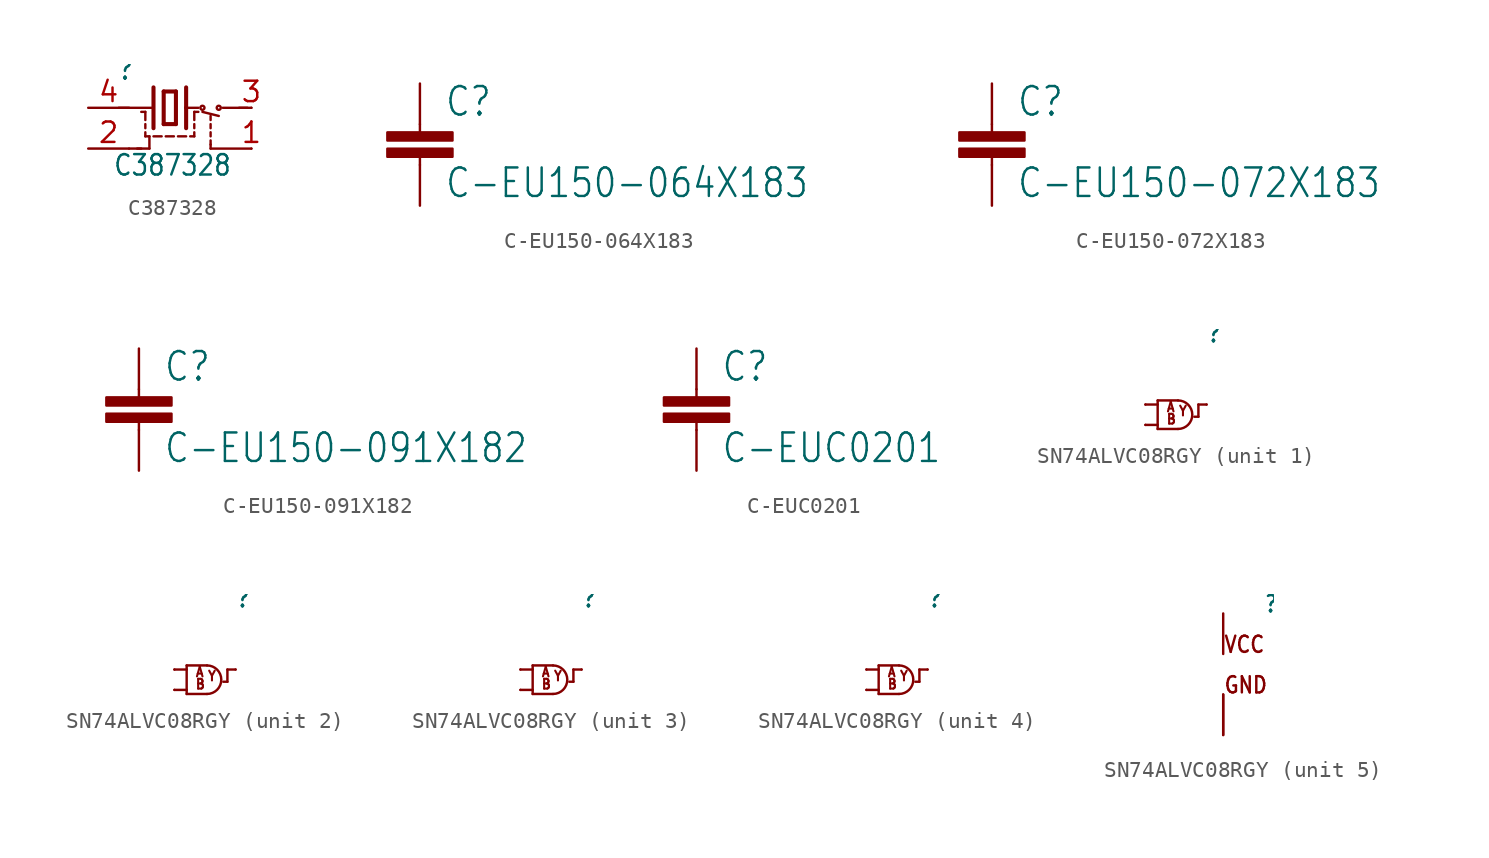
<source format=kicad_sym>
(kicad_symbol_lib
  (version 20211014)
  (generator kicad_symbol_editor)
  (symbol "C387328"
    (property "Reference" ""
      (at -3.302 1.651 0)
      (effects (font (size 1.27 1.079)) (justify left bottom)))
    (property "Value" "C387328"
      (at -3.556 -4.318 0)
      (effects (font (size 1.27 1.079)) (justify left bottom)))
    (property "ki_locked" ""
      (at 0 0 0)
      (effects (font (size 1.27 1.27))))
    (symbol "C387328_1_0"
      (polyline (pts (xy -1.778 -2.54) (xy -2.54 -2.54)) (stroke (width 0.152) (type default) (color 0 0 0 0)) (fill (type none)))
      (polyline (pts (xy -1.524 -1.778) (xy -1.27 -1.778)) (stroke (width 0.15) (type default) (color 0 0 0 0)) (fill (type none)))
      (polyline (pts (xy -1.524 -1.524) (xy -1.524 -1.778)) (stroke (width 0.15) (type default) (color 0 0 0 0)) (fill (type none)))
      (polyline (pts (xy -1.524 -1.016) (xy -1.524 -1.27)) (stroke (width 0.15) (type default) (color 0 0 0 0)) (fill (type none)))
      (polyline (pts (xy -1.524 -0.762) (xy -1.524 -0.254)) (stroke (width 0.15) (type default) (color 0 0 0 0)) (fill (type none)))
      (polyline (pts (xy -1.524 -0.254) (xy -1.778 -0.254)) (stroke (width 0.15) (type default) (color 0 0 0 0)) (fill (type none)))
      (polyline (pts (xy -1.27 -2.54) (xy -2.032 -2.54)) (stroke (width 0.152) (type default) (color 0 0 0 0)) (fill (type none)))
      (polyline (pts (xy -1.27 -2.54) (xy -1.27 -1.778)) (stroke (width 0.152) (type default) (color 0 0 0 0)) (fill (type none)))
      (polyline (pts (xy -1.016 -1.778) (xy -0.508 -1.778)) (stroke (width 0.15) (type default) (color 0 0 0 0)) (fill (type none)))
      (polyline (pts (xy -1.016 -1.27) (xy -1.016 1.27)) (stroke (width 0.254) (type default) (color 0 0 0 0)) (fill (type none)))
      (polyline (pts (xy -1.016 0) (xy -3.175 0)) (stroke (width 0.152) (type default) (color 0 0 0 0)) (fill (type none)))
      (polyline (pts (xy -0.381 -1.016) (xy -0.381 1.016)) (stroke (width 0.254) (type default) (color 0 0 0 0)) (fill (type none)))
      (polyline (pts (xy -0.381 1.016) (xy 0.381 1.016)) (stroke (width 0.254) (type default) (color 0 0 0 0)) (fill (type none)))
      (polyline (pts (xy -0.254 -1.778) (xy 0.254 -1.778)) (stroke (width 0.15) (type default) (color 0 0 0 0)) (fill (type none)))
      (polyline (pts (xy 0.381 -1.016) (xy -0.381 -1.016)) (stroke (width 0.254) (type default) (color 0 0 0 0)) (fill (type none)))
      (polyline (pts (xy 0.381 -1.016) (xy 0.381 1.016)) (stroke (width 0.254) (type default) (color 0 0 0 0)) (fill (type none)))
      (polyline (pts (xy 0.508 -1.778) (xy 1.016 -1.778)) (stroke (width 0.15) (type default) (color 0 0 0 0)) (fill (type none)))
      (polyline (pts (xy 1.016 -1.27) (xy 1.016 0)) (stroke (width 0.254) (type default) (color 0 0 0 0)) (fill (type none)))
      (polyline (pts (xy 1.016 0) (xy 1.016 1.27)) (stroke (width 0.254) (type default) (color 0 0 0 0)) (fill (type none)))
      (polyline (pts (xy 1.016 0) (xy 1.778 0)) (stroke (width 0.152) (type default) (color 0 0 0 0)) (fill (type none)))
      (polyline (pts (xy 1.27 -1.778) (xy 1.524 -1.778)) (stroke (width 0.15) (type default) (color 0 0 0 0)) (fill (type none)))
      (polyline (pts (xy 1.524 -1.778) (xy 1.524 -1.524)) (stroke (width 0.15) (type default) (color 0 0 0 0)) (fill (type none)))
      (polyline (pts (xy 1.524 -1.016) (xy 1.524 -1.27)) (stroke (width 0.15) (type default) (color 0 0 0 0)) (fill (type none)))
      (polyline (pts (xy 1.524 -0.762) (xy 1.524 -0.254)) (stroke (width 0.15) (type default) (color 0 0 0 0)) (fill (type none)))
      (polyline (pts (xy 1.524 -0.254) (xy 1.778 -0.254)) (stroke (width 0.15) (type default) (color 0 0 0 0)) (fill (type none)))
      (polyline (pts (xy 2.032 -0.254) (xy 3.048 -0.508)) (stroke (width 0.152) (type default) (color 0 0 0 0)) (fill (type none)))
      (polyline (pts (xy 2.54 -2.54) (xy 5.08 -2.54)) (stroke (width 0.15) (type default) (color 0 0 0 0)) (fill (type none)))
      (polyline (pts (xy 2.54 -2.286) (xy 2.54 -2.54)) (stroke (width 0.15) (type default) (color 0 0 0 0)) (fill (type none)))
      (polyline (pts (xy 2.54 -2.032) (xy 2.54 -2.286)) (stroke (width 0.15) (type default) (color 0 0 0 0)) (fill (type none)))
      (polyline (pts (xy 2.54 -1.524) (xy 2.54 -1.778)) (stroke (width 0.15) (type default) (color 0 0 0 0)) (fill (type none)))
      (polyline (pts (xy 2.54 -1.016) (xy 2.54 -1.27)) (stroke (width 0.15) (type default) (color 0 0 0 0)) (fill (type none)))
      (polyline (pts (xy 2.54 -0.508) (xy 2.54 -0.762)) (stroke (width 0.15) (type default) (color 0 0 0 0)) (fill (type none)))
      (polyline (pts (xy 3.302 0) (xy 4.826 0)) (stroke (width 0.152) (type default) (color 0 0 0 0)) (fill (type none)))
      (polyline (pts (xy 4.318 0) (xy 5.08 0)) (stroke (width 0.152) (type default) (color 0 0 0 0)) (fill (type none)))
      (circle (center 2.032 0) (radius 0.127) (stroke (width 0.152) (type default) (color 0 0 0 0)) (fill (type none)))
      (circle (center 3.048 0) (radius 0.127) (stroke (width 0.152) (type default) (color 0 0 0 0)) (fill (type none)))
      (pin input line (at 5.08 -2.54 180) (length 0) (name "TRI" (effects (font (size 0 0)))) (number "1" (effects (font (size 1.27 1.27)))))
      (pin power_in line (at -5.08 -2.54 0) (length 2.54) (name "GND" (effects (font (size 0 0)))) (number "2" (effects (font (size 1.27 1.27)))))
      (pin output line (at 5.08 0 180) (length 0) (name "OUT" (effects (font (size 0 0)))) (number "3" (effects (font (size 1.27 1.27)))))
      (pin power_in line (at -5.08 0 0) (length 2.54) (name "VDD" (effects (font (size 0 0)))) (number "4" (effects (font (size 1.27 1.27)))))))
  (symbol "C-EU150-064X183"
    (property "Reference" "C"
      (at 1.524 0.381 0)
      (effects (font (size 1.778 1.511)) (justify left bottom)))
    (property "Value" "C-EU150-064X183"
      (at 1.524 -4.699 0)
      (effects (font (size 1.778 1.511)) (justify left bottom)))
    (property "ki_locked" ""
      (at 0 0 0)
      (effects (font (size 1.27 1.27))))
    (symbol "C-EU150-064X183_1_0"
      (rectangle (start -2.032 -2.032) (end 2.032 -1.524) (stroke (width 0) (type default) (color 0 0 0 0)) (fill (type outline)))
      (rectangle (start -2.032 -1.016) (end 2.032 -0.508) (stroke (width 0) (type default) (color 0 0 0 0)) (fill (type outline)))
      (polyline (pts (xy 0 -2.54) (xy 0 -2.032)) (stroke (width 0.152) (type default) (color 0 0 0 0)) (fill (type none)))
      (polyline (pts (xy 0 0) (xy 0 -0.508)) (stroke (width 0.152) (type default) (color 0 0 0 0)) (fill (type none)))
      (pin passive line (at 0 2.54 270) (length 2.54) (name "1" (effects (font (size 0 0)))) (number "1" (effects (font (size 0 0)))))
      (pin passive line (at 0 -5.08 90) (length 2.54) (name "2" (effects (font (size 0 0)))) (number "2" (effects (font (size 0 0)))))))
  (symbol "C-EU150-072X183"
    (property "Reference" "C"
      (at 1.524 0.381 0)
      (effects (font (size 1.778 1.511)) (justify left bottom)))
    (property "Value" "C-EU150-072X183"
      (at 1.524 -4.699 0)
      (effects (font (size 1.778 1.511)) (justify left bottom)))
    (property "ki_locked" ""
      (at 0 0 0)
      (effects (font (size 1.27 1.27))))
    (symbol "C-EU150-072X183_1_0"
      (rectangle (start -2.032 -2.032) (end 2.032 -1.524) (stroke (width 0) (type default) (color 0 0 0 0)) (fill (type outline)))
      (rectangle (start -2.032 -1.016) (end 2.032 -0.508) (stroke (width 0) (type default) (color 0 0 0 0)) (fill (type outline)))
      (polyline (pts (xy 0 -2.54) (xy 0 -2.032)) (stroke (width 0.152) (type default) (color 0 0 0 0)) (fill (type none)))
      (polyline (pts (xy 0 0) (xy 0 -0.508)) (stroke (width 0.152) (type default) (color 0 0 0 0)) (fill (type none)))
      (pin passive line (at 0 2.54 270) (length 2.54) (name "1" (effects (font (size 0 0)))) (number "1" (effects (font (size 0 0)))))
      (pin passive line (at 0 -5.08 90) (length 2.54) (name "2" (effects (font (size 0 0)))) (number "2" (effects (font (size 0 0)))))))
  (symbol "C-EU150-091X182"
    (property "Reference" "C"
      (at 1.524 0.381 0)
      (effects (font (size 1.778 1.511)) (justify left bottom)))
    (property "Value" "C-EU150-091X182"
      (at 1.524 -4.699 0)
      (effects (font (size 1.778 1.511)) (justify left bottom)))
    (property "ki_locked" ""
      (at 0 0 0)
      (effects (font (size 1.27 1.27))))
    (symbol "C-EU150-091X182_1_0"
      (rectangle (start -2.032 -2.032) (end 2.032 -1.524) (stroke (width 0) (type default) (color 0 0 0 0)) (fill (type outline)))
      (rectangle (start -2.032 -1.016) (end 2.032 -0.508) (stroke (width 0) (type default) (color 0 0 0 0)) (fill (type outline)))
      (polyline (pts (xy 0 -2.54) (xy 0 -2.032)) (stroke (width 0.152) (type default) (color 0 0 0 0)) (fill (type none)))
      (polyline (pts (xy 0 0) (xy 0 -0.508)) (stroke (width 0.152) (type default) (color 0 0 0 0)) (fill (type none)))
      (pin passive line (at 0 2.54 270) (length 2.54) (name "1" (effects (font (size 0 0)))) (number "1" (effects (font (size 0 0)))))
      (pin passive line (at 0 -5.08 90) (length 2.54) (name "2" (effects (font (size 0 0)))) (number "2" (effects (font (size 0 0)))))))
  (symbol "C-EUC0201"
    (property "Reference" "C"
      (at 1.524 0.381 0)
      (effects (font (size 1.778 1.511)) (justify left bottom)))
    (property "Value" "C-EUC0201"
      (at 1.524 -4.699 0)
      (effects (font (size 1.778 1.511)) (justify left bottom)))
    (property "ki_locked" ""
      (at 0 0 0)
      (effects (font (size 1.27 1.27))))
    (symbol "C-EUC0201_1_0"
      (rectangle (start -2.032 -2.032) (end 2.032 -1.524) (stroke (width 0) (type default) (color 0 0 0 0)) (fill (type outline)))
      (rectangle (start -2.032 -1.016) (end 2.032 -0.508) (stroke (width 0) (type default) (color 0 0 0 0)) (fill (type outline)))
      (polyline (pts (xy 0 -2.54) (xy 0 -2.032)) (stroke (width 0.152) (type default) (color 0 0 0 0)) (fill (type none)))
      (polyline (pts (xy 0 0) (xy 0 -0.508)) (stroke (width 0.152) (type default) (color 0 0 0 0)) (fill (type none)))
      (pin passive line (at 0 2.54 270) (length 2.54) (name "1" (effects (font (size 0 0)))) (number "1" (effects (font (size 0 0)))))
      (pin passive line (at 0 -5.08 90) (length 2.54) (name "2" (effects (font (size 0 0)))) (number "2" (effects (font (size 0 0)))))))
  (symbol "SN74ALVC08RGY"
    (property "Reference" ""
      (at 2.54 5.08 0)
      (effects (font (size 1.016 0.864)) (justify left bottom)))
    (property "ki_locked" ""
      (at 0 0 0)
      (effects (font (size 1.27 1.27))))
    (symbol "SN74ALVC08RGY_1_0"
      (polyline (pts (xy -1.27 0) (xy -0.508 0)) (stroke (width 0.152) (type default) (color 0 0 0 0)) (fill (type none)))
      (polyline (pts (xy -1.27 1.27) (xy -0.508 1.27)) (stroke (width 0.152) (type default) (color 0 0 0 0)) (fill (type none)))
      (polyline (pts (xy -0.508 -0.254) (xy 0.762 -0.254)) (stroke (width 0.152) (type default) (color 0 0 0 0)) (fill (type none)))
      (polyline (pts (xy -0.508 1.524) (xy -0.508 -0.254)) (stroke (width 0.152) (type default) (color 0 0 0 0)) (fill (type none)))
      (polyline (pts (xy -0.508 1.524) (xy 0.762 1.524)) (stroke (width 0.152) (type default) (color 0 0 0 0)) (fill (type none)))
      (polyline (pts (xy 2.032 0.508) (xy 1.778 0.508)) (stroke (width 0.152) (type default) (color 0 0 0 0)) (fill (type none)))
      (polyline (pts (xy 2.032 1.27) (xy 2.032 0.508)) (stroke (width 0.152) (type default) (color 0 0 0 0)) (fill (type none)))
      (polyline (pts (xy 2.032 1.27) (xy 2.54 1.27)) (stroke (width 0.152) (type default) (color 0 0 0 0)) (fill (type none)))
      (arc (start 0.762 -0.254) (mid 1.6509 0.635) (end 0.762 1.524) (stroke (width 0.1524) (type default) (color 0 0 0 0)) (fill (type none)))
      (text "A" (at 0 0.762 0) (effects (font (size 0.61 0.518)) (justify left bottom)))
      (text "B" (at 0 0 0) (effects (font (size 0.61 0.518)) (justify left bottom)))
      (text "Y" (at 0.762 0.508 0) (effects (font (size 0.61 0.518)) (justify left bottom)))
      (pin input line (at -1.27 1.27 0) (length 0) (name "A" (effects (font (size 0 0)))) (number "1" (effects (font (size 0 0)))))
      (pin input line (at -1.27 0 0) (length 0) (name "B" (effects (font (size 0 0)))) (number "2" (effects (font (size 0 0)))))
      (pin output line (at 2.54 1.27 180) (length 0) (name "Y" (effects (font (size 0 0)))) (number "3" (effects (font (size 0 0))))))
    (symbol "SN74ALVC08RGY_2_0"
      (polyline (pts (xy -1.27 0) (xy -0.508 0)) (stroke (width 0.152) (type default) (color 0 0 0 0)) (fill (type none)))
      (polyline (pts (xy -1.27 1.27) (xy -0.508 1.27)) (stroke (width 0.152) (type default) (color 0 0 0 0)) (fill (type none)))
      (polyline (pts (xy -0.508 -0.254) (xy 0.762 -0.254)) (stroke (width 0.152) (type default) (color 0 0 0 0)) (fill (type none)))
      (polyline (pts (xy -0.508 1.524) (xy -0.508 -0.254)) (stroke (width 0.152) (type default) (color 0 0 0 0)) (fill (type none)))
      (polyline (pts (xy -0.508 1.524) (xy 0.762 1.524)) (stroke (width 0.152) (type default) (color 0 0 0 0)) (fill (type none)))
      (polyline (pts (xy 2.032 0.508) (xy 1.778 0.508)) (stroke (width 0.152) (type default) (color 0 0 0 0)) (fill (type none)))
      (polyline (pts (xy 2.032 1.27) (xy 2.032 0.508)) (stroke (width 0.152) (type default) (color 0 0 0 0)) (fill (type none)))
      (polyline (pts (xy 2.032 1.27) (xy 2.54 1.27)) (stroke (width 0.152) (type default) (color 0 0 0 0)) (fill (type none)))
      (arc (start 0.762 -0.254) (mid 1.6509 0.635) (end 0.762 1.524) (stroke (width 0.1524) (type default) (color 0 0 0 0)) (fill (type none)))
      (text "A" (at 0 0.762 0) (effects (font (size 0.61 0.518)) (justify left bottom)))
      (text "B" (at 0 0 0) (effects (font (size 0.61 0.518)) (justify left bottom)))
      (text "Y" (at 0.762 0.508 0) (effects (font (size 0.61 0.518)) (justify left bottom)))
      (pin input line (at -1.27 1.27 0) (length 0) (name "A" (effects (font (size 0 0)))) (number "4" (effects (font (size 0 0)))))
      (pin input line (at -1.27 0 0) (length 0) (name "B" (effects (font (size 0 0)))) (number "5" (effects (font (size 0 0)))))
      (pin output line (at 2.54 1.27 180) (length 0) (name "Y" (effects (font (size 0 0)))) (number "6" (effects (font (size 0 0))))))
    (symbol "SN74ALVC08RGY_3_0"
      (polyline (pts (xy -1.27 0) (xy -0.508 0)) (stroke (width 0.152) (type default) (color 0 0 0 0)) (fill (type none)))
      (polyline (pts (xy -1.27 1.27) (xy -0.508 1.27)) (stroke (width 0.152) (type default) (color 0 0 0 0)) (fill (type none)))
      (polyline (pts (xy -0.508 -0.254) (xy 0.762 -0.254)) (stroke (width 0.152) (type default) (color 0 0 0 0)) (fill (type none)))
      (polyline (pts (xy -0.508 1.524) (xy -0.508 -0.254)) (stroke (width 0.152) (type default) (color 0 0 0 0)) (fill (type none)))
      (polyline (pts (xy -0.508 1.524) (xy 0.762 1.524)) (stroke (width 0.152) (type default) (color 0 0 0 0)) (fill (type none)))
      (polyline (pts (xy 2.032 0.508) (xy 1.778 0.508)) (stroke (width 0.152) (type default) (color 0 0 0 0)) (fill (type none)))
      (polyline (pts (xy 2.032 1.27) (xy 2.032 0.508)) (stroke (width 0.152) (type default) (color 0 0 0 0)) (fill (type none)))
      (polyline (pts (xy 2.032 1.27) (xy 2.54 1.27)) (stroke (width 0.152) (type default) (color 0 0 0 0)) (fill (type none)))
      (arc (start 0.762 -0.254) (mid 1.6509 0.635) (end 0.762 1.524) (stroke (width 0.1524) (type default) (color 0 0 0 0)) (fill (type none)))
      (text "A" (at 0 0.762 0) (effects (font (size 0.61 0.518)) (justify left bottom)))
      (text "B" (at 0 0 0) (effects (font (size 0.61 0.518)) (justify left bottom)))
      (text "Y" (at 0.762 0.508 0) (effects (font (size 0.61 0.518)) (justify left bottom)))
      (pin input line (at -1.27 0 0) (length 0) (name "B" (effects (font (size 0 0)))) (number "10" (effects (font (size 0 0)))))
      (pin output line (at 2.54 1.27 180) (length 0) (name "Y" (effects (font (size 0 0)))) (number "8" (effects (font (size 0 0)))))
      (pin input line (at -1.27 1.27 0) (length 0) (name "A" (effects (font (size 0 0)))) (number "9" (effects (font (size 0 0))))))
    (symbol "SN74ALVC08RGY_4_0"
      (polyline (pts (xy -1.27 0) (xy -0.508 0)) (stroke (width 0.152) (type default) (color 0 0 0 0)) (fill (type none)))
      (polyline (pts (xy -1.27 1.27) (xy -0.508 1.27)) (stroke (width 0.152) (type default) (color 0 0 0 0)) (fill (type none)))
      (polyline (pts (xy -0.508 -0.254) (xy 0.762 -0.254)) (stroke (width 0.152) (type default) (color 0 0 0 0)) (fill (type none)))
      (polyline (pts (xy -0.508 1.524) (xy -0.508 -0.254)) (stroke (width 0.152) (type default) (color 0 0 0 0)) (fill (type none)))
      (polyline (pts (xy -0.508 1.524) (xy 0.762 1.524)) (stroke (width 0.152) (type default) (color 0 0 0 0)) (fill (type none)))
      (polyline (pts (xy 2.032 0.508) (xy 1.778 0.508)) (stroke (width 0.152) (type default) (color 0 0 0 0)) (fill (type none)))
      (polyline (pts (xy 2.032 1.27) (xy 2.032 0.508)) (stroke (width 0.152) (type default) (color 0 0 0 0)) (fill (type none)))
      (polyline (pts (xy 2.032 1.27) (xy 2.54 1.27)) (stroke (width 0.152) (type default) (color 0 0 0 0)) (fill (type none)))
      (arc (start 0.762 -0.254) (mid 1.6509 0.635) (end 0.762 1.524) (stroke (width 0.1524) (type default) (color 0 0 0 0)) (fill (type none)))
      (text "A" (at 0 0.762 0) (effects (font (size 0.61 0.518)) (justify left bottom)))
      (text "B" (at 0 0 0) (effects (font (size 0.61 0.518)) (justify left bottom)))
      (text "Y" (at 0.762 0.508 0) (effects (font (size 0.61 0.518)) (justify left bottom)))
      (pin output line (at 2.54 1.27 180) (length 0) (name "Y" (effects (font (size 0 0)))) (number "11" (effects (font (size 0 0)))))
      (pin input line (at -1.27 1.27 0) (length 0) (name "A" (effects (font (size 0 0)))) (number "12" (effects (font (size 0 0)))))
      (pin input line (at -1.27 0 0) (length 0) (name "B" (effects (font (size 0 0)))) (number "13" (effects (font (size 0 0))))))
    (symbol "SN74ALVC08RGY_5_0"
      (text "GND" (at 0 0 0) (effects (font (size 1.016 0.864)) (justify left bottom)))
      (text "VCC" (at 0 2.54 0) (effects (font (size 1.016 0.864)) (justify left bottom)))
      (pin power_in line (at 0 5.08 270) (length 2.54) (name "VCC" (effects (font (size 0 0)))) (number "14" (effects (font (size 0 0)))))
      (pin power_in line (at 0 -2.54 90) (length 2.54) (name "GND" (effects (font (size 0 0)))) (number "15" (effects (font (size 0 0)))))
      (pin power_in line (at 0 -2.54 90) (length 2.54) (name "GND" (effects (font (size 0 0)))) (number "7" (effects (font (size 0 0))))))))
</source>
